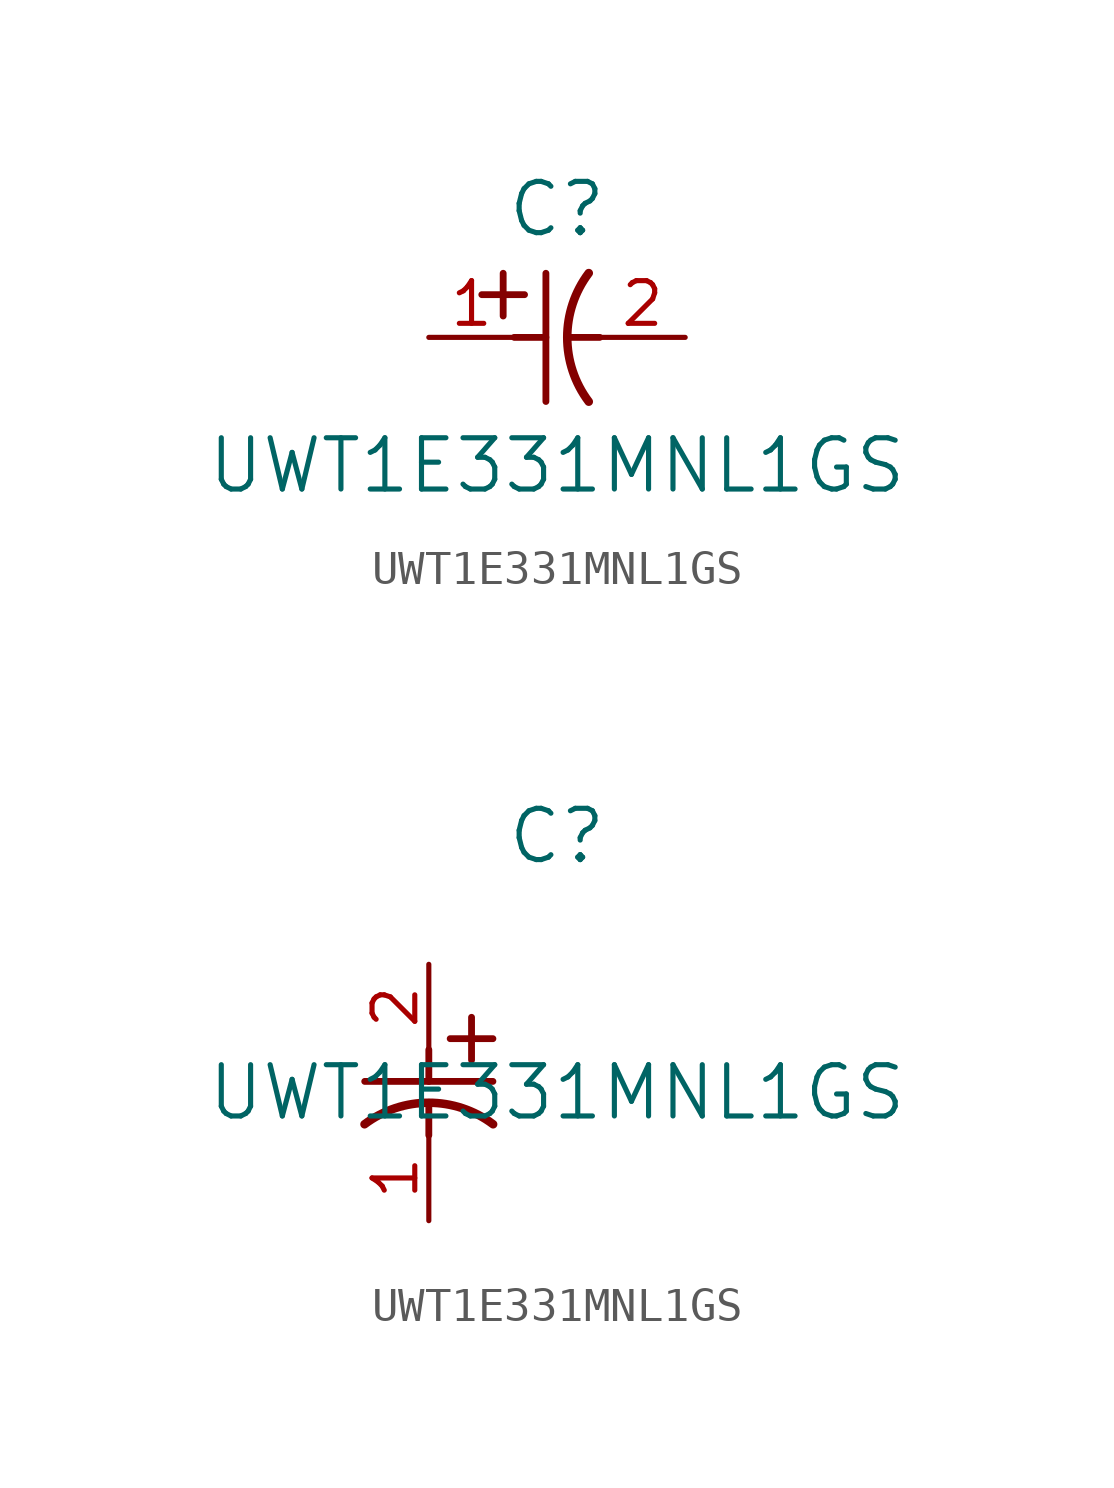
<source format=kicad_sym>
(kicad_symbol_lib
  (version 20211014)
  (generator kicad_symbol_editor)
  (symbol "UWT1E331MNL1GS"
    (pin_names
      (offset 0.254))
    (property "Reference" "C"
      (at 3.81 3.81 0)
      (effects (font (size 1.524 1.524))))
    (property "Value" "UWT1E331MNL1GS"
      (at 3.81 -3.81 0)
      (effects (font (size 1.524 1.524))))
    (symbol "UWT1E331MNL1GS_1_1"
      (polyline (pts (xy 2.21 0.635) (xy 2.21 1.905)) (stroke (width 0.203) (type default) (color 0 0 0 0)) (fill (type none)))
      (arc (start 4.754132 1.910763) (mid 4.1148 0) (end 4.754132 -1.910763) (stroke (width 0.254) (type default) (color 0 0 0 0)) (fill (type none)))
      (polyline (pts (xy 4.115 0) (xy 5.08 0)) (stroke (width 0.203) (type default) (color 0 0 0 0)) (fill (type none)))
      (polyline (pts (xy 3.48 -1.905) (xy 3.48 1.905)) (stroke (width 0.203) (type default) (color 0 0 0 0)) (fill (type none)))
      (polyline (pts (xy 1.575 1.27) (xy 2.845 1.27)) (stroke (width 0.203) (type default) (color 0 0 0 0)) (fill (type none)))
      (polyline (pts (xy 2.54 0) (xy 3.48 0)) (stroke (width 0.203) (type default) (color 0 0 0 0)) (fill (type none)))
      (pin unspecified line (at 0 0 0) (length 2.54) (name "" (effects (font (size 1.27 1.27)))) (number "1" (effects (font (size 1.27 1.27)))))
      (pin unspecified line (at 7.62 0 180) (length 2.54) (name "" (effects (font (size 1.27 1.27)))) (number "2" (effects (font (size 1.27 1.27))))))
    (symbol "UWT1E331MNL1GS_1_2"
      (polyline (pts (xy 0 -2.54) (xy 0 -3.48)) (stroke (width 0.203) (type default) (color 0 0 0 0)) (fill (type none)))
      (arc (start 1.910763 -4.754132) (mid 0 -4.1148) (end -1.910763 -4.754132) (stroke (width 0.254) (type default) (color 0 0 0 0)) (fill (type none)))
      (polyline (pts (xy -1.905 -3.48) (xy 1.905 -3.48)) (stroke (width 0.203) (type default) (color 0 0 0 0)) (fill (type none)))
      (polyline (pts (xy 0.635 -2.21) (xy 1.905 -2.21)) (stroke (width 0.203) (type default) (color 0 0 0 0)) (fill (type none)))
      (polyline (pts (xy 1.27 -1.575) (xy 1.27 -2.845)) (stroke (width 0.203) (type default) (color 0 0 0 0)) (fill (type none)))
      (polyline (pts (xy 0 -4.115) (xy 0 -5.08)) (stroke (width 0.203) (type default) (color 0 0 0 0)) (fill (type none)))
      (pin unspecified line (at 0 -7.62 90) (length 2.54) (name "" (effects (font (size 1.27 1.27)))) (number "1" (effects (font (size 1.27 1.27)))))
      (pin unspecified line (at 0 0 270) (length 2.54) (name "" (effects (font (size 1.27 1.27)))) (number "2" (effects (font (size 1.27 1.27))))))))
</source>
